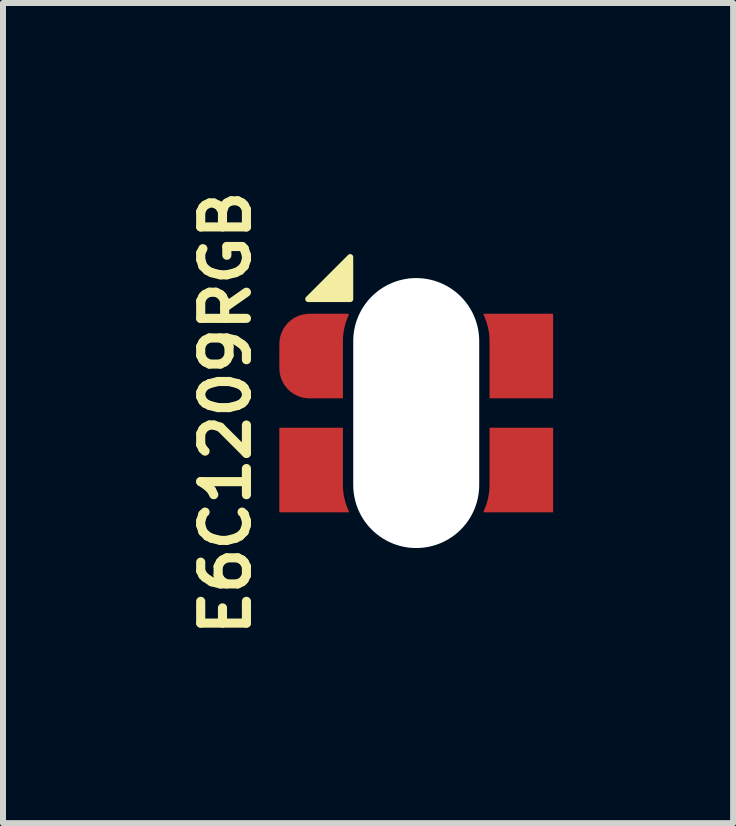
<source format=kicad_pcb>
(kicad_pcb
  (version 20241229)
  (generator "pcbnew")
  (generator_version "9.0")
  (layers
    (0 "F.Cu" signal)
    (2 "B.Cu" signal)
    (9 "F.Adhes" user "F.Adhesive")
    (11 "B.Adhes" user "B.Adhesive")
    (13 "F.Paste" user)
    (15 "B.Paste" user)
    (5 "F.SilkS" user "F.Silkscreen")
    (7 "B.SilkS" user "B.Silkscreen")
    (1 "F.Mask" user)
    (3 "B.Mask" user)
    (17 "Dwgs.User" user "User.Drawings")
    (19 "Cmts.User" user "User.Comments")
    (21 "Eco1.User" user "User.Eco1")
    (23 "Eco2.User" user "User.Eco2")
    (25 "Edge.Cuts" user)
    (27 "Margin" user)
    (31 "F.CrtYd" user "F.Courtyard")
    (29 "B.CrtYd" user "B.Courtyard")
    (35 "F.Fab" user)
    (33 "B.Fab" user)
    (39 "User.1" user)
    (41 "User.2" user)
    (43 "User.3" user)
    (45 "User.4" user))
  (footprint "E6C1209RGB"
    (layer "F.Cu")
    (at 3.888 3.835)
    (property "Reference" "E6C1209RGB" (at -3.175 0 270) (layer "F.SilkS") (effects (font (size 0.762 0.762) (thickness 0.152))))
    (attr through_hole)
    (fp_poly (pts (xy -1.8 -1.9) (xy -1.1 -1.9) (xy -1.1 -2.6)) (stroke (width 0.1) (type solid)) (fill yes) (layer "F.SilkS"))
    (pad "" np_thru_hole oval (at 0 0) (size 2.1 4.5) (drill oval 2.1 4.5) (layers "*.Cu" "*.Mask"))
    (pad "1" smd custom (at -1.778 -1) (size 1 1) (layers "F.Cu" "F.Mask" "F.Paste") (options (anchor circle)) (primitives (gr_poly (pts (xy 0.625 -0.649) (xy 0.628 -0.648) (xy 0.631 -0.648) (xy 0.635 -0.647) (xy 0.638 -0.647) (xy 0.642 -0.646) (xy 0.645 -0.646) (xy 0.647 -0.645) (xy 0.65 -0.645) (xy 0.651 -0.645) (xy 0.652 -0.645) (xy 0.652 -0.645) (xy 0.652 -0.644) (xy 0.651 -0.643) (xy 0.65 -0.641) (xy 0.649 -0.638) (xy 0.648 -0.636) (xy 0.647 -0.633) (xy 0.634 -0.603) (xy 0.621 -0.572) (xy 0.61 -0.541) (xy 0.6 -0.51) (xy 0.59 -0.478) (xy 0.582 -0.447) (xy 0.574 -0.415) (xy 0.568 -0.384) (xy 0.563 -0.352) (xy 0.558 -0.32) (xy 0.555 -0.288) (xy 0.554 -0.278) (xy 0.554 -0.276) (xy 0.554 -0.274) (xy 0.554 -0.272) (xy 0.553 -0.271) (xy 0.553 -0.269) (xy 0.553 -0.268) (xy 0.553 -0.266) (xy 0.553 -0.265) (xy 0.553 -0.263) (xy 0.553 -0.262) (xy 0.553 -0.26) (xy 0.553 -0.259) (xy 0.553 -0.257) (xy 0.552 -0.255) (xy 0.552 -0.253) (xy 0.552 -0.251) (xy 0.552 -0.249) (xy 0.552 -0.246) (xy 0.552 -0.243) (xy 0.552 -0.24) (xy 0.552 -0.237) (xy 0.552 -0.234) (xy 0.552 -0.23) (xy 0.552 -0.226) (xy 0.552 -0.221) (xy 0.552 -0.216) (xy 0.552 -0.211) (xy 0.552 -0.206) (xy 0.552 -0.2) (xy 0.552 -0.193) (xy 0.551 -0.186) (xy 0.551 -0.179) (xy 0.551 -0.171) (xy 0.551 -0.163) (xy 0.551 -0.154) (xy 0.551 -0.144) (xy 0.551 -0.134) (xy 0.551 -0.124) (xy 0.551 -0.113) (xy 0.551 -0.101) (xy 0.551 -0.088) (xy 0.551 -0.075) (xy 0.551 -0.061) (xy 0.551 -0.047) (xy 0.551 -0.031) (xy 0.551 -0.015) (xy 0.551 0.001) (xy 0.551 0.019) (xy 0.551 0.037) (xy 0.551 0.057) (xy 0.551 0.077) (xy 0.551 0.098) (xy 0.551 0.12) (xy 0.551 0.142) (xy 0.551 0.166) (xy 0.551 0.191) (xy 0.551 0.216) (xy 0.551 0.243) (xy 0.551 0.257) (xy 0.551 0.75) (xy 0.27 0.75) (xy 0.253 0.75) (xy 0.236 0.75) (xy 0.22 0.75) (xy 0.204 0.75) (xy 0.188 0.75) (xy 0.173 0.75) (xy 0.158 0.75) (xy 0.143 0.75) (xy 0.129 0.75) (xy 0.115 0.75) (xy 0.102 0.75) (xy 0.09 0.75) (xy 0.078 0.75) (xy 0.066 0.75) (xy 0.055 0.75) (xy 0.045 0.75) (xy 0.036 0.75) (xy 0.027 0.75) (xy 0.019 0.75) (xy 0.012 0.75) (xy 0.005 0.75) (xy -0.000392 0.75) (xy -0.005 0.75) (xy -0.009 0.75) (xy -0.012 0.75) (xy -0.014 0.75) (xy -0.015 0.75) (xy -0.015 0.75) (xy -0.038 0.748) (xy -0.06 0.746) (xy -0.082 0.743) (xy -0.104 0.739) (xy -0.126 0.734) (xy -0.147 0.728) (xy -0.168 0.721) (xy -0.189 0.713) (xy -0.21 0.704) (xy -0.229 0.694) (xy -0.249 0.683) (xy -0.268 0.672) (xy -0.287 0.659) (xy -0.305 0.646) (xy -0.31 0.642) (xy -0.326 0.629) (xy -0.342 0.615) (xy -0.357 0.6) (xy -0.371 0.585) (xy -0.381 0.573) (xy -0.395 0.556) (xy -0.408 0.538) (xy -0.421 0.52) (xy -0.432 0.501) (xy -0.443 0.481) (xy -0.453 0.461) (xy -0.461 0.441) (xy -0.469 0.421) (xy -0.476 0.4) (xy -0.48 0.388) (xy -0.484 0.373) (xy -0.487 0.358) (xy -0.49 0.343) (xy -0.493 0.328) (xy -0.495 0.312) (xy -0.497 0.296) (xy -0.498 0.282) (xy -0.498 0.281) (xy -0.498 0.278) (xy -0.498 0.275) (xy -0.498 0.271) (xy -0.498 0.266) (xy -0.498 0.26) (xy -0.498 0.254) (xy -0.498 0.246) (xy -0.499 0.238) (xy -0.499 0.23) (xy -0.499 0.221) (xy -0.499 0.211) (xy -0.499 0.201) (xy -0.499 0.19) (xy -0.499 0.178) (xy -0.499 0.167) (xy -0.499 0.155) (xy -0.499 0.142) (xy -0.499 0.13) (xy -0.499 0.117) (xy -0.499 0.104) (xy -0.499 0.09) (xy -0.499 0.077) (xy -0.499 0.064) (xy -0.499 0.05) (xy -0.499 0.037) (xy -0.499 0.023) (xy -0.499 0.01) (xy -0.499 -0.003) (xy -0.499 -0.016) (xy -0.499 -0.029) (xy -0.499 -0.042) (xy -0.499 -0.054) (xy -0.499 -0.066) (xy -0.499 -0.078) (xy -0.499 -0.089) (xy -0.499 -0.1) (xy -0.499 -0.11) (xy -0.499 -0.12) (xy -0.499 -0.129) (xy -0.499 -0.138) (xy -0.498 -0.146) (xy -0.498 -0.153) (xy -0.498 -0.16) (xy -0.498 -0.166) (xy -0.498 -0.171) (xy -0.498 -0.175) (xy -0.498 -0.178) (xy -0.498 -0.18) (xy -0.498 -0.181) (xy -0.496 -0.204) (xy -0.493 -0.225) (xy -0.49 -0.246) (xy -0.485 -0.267) (xy -0.48 -0.287) (xy -0.474 -0.307) (xy -0.467 -0.326) (xy -0.459 -0.346) (xy -0.45 -0.365) (xy -0.448 -0.371) (xy -0.439 -0.388) (xy -0.43 -0.404) (xy -0.421 -0.419) (xy -0.411 -0.434) (xy -0.4 -0.449) (xy -0.389 -0.463) (xy -0.378 -0.477) (xy -0.365 -0.49) (xy -0.352 -0.504) (xy -0.339 -0.517) (xy -0.325 -0.529) (xy -0.312 -0.54) (xy -0.294 -0.554) (xy -0.276 -0.567) (xy -0.257 -0.579) (xy -0.237 -0.59) (xy -0.217 -0.6) (xy -0.197 -0.609) (xy -0.176 -0.618) (xy -0.155 -0.625) (xy -0.134 -0.631) (xy -0.112 -0.637) (xy -0.09 -0.641) (xy -0.068 -0.645) (xy -0.046 -0.648) (xy -0.044 -0.648) (xy -0.043 -0.648) (xy -0.041 -0.648) (xy -0.04 -0.648) (xy -0.039 -0.648) (xy -0.037 -0.648) (xy -0.036 -0.648) (xy -0.034 -0.649) (xy -0.033 -0.649) (xy -0.031 -0.649) (xy -0.029 -0.649) (xy -0.027 -0.649) (xy -0.025 -0.649) (xy -0.022 -0.649) (xy -0.02 -0.649) (xy -0.017 -0.649) (xy -0.013 -0.649) (xy -0.01 -0.649) (xy -0.006 -0.649) (xy -0.001 -0.649) (xy 0.004 -0.649) (xy 0.009 -0.649) (xy 0.014 -0.649) (xy 0.021 -0.65) (xy 0.027 -0.65) (xy 0.034 -0.65) (xy 0.042 -0.65) (xy 0.05 -0.65) (xy 0.059 -0.65) (xy 0.069 -0.65) (xy 0.079 -0.65) (xy 0.09 -0.65) (xy 0.101 -0.65) (xy 0.113 -0.65) (xy 0.126 -0.65) (xy 0.14 -0.65) (xy 0.155 -0.65) (xy 0.17 -0.65) (xy 0.186 -0.65) (xy 0.203 -0.65) (xy 0.221 -0.65) (xy 0.24 -0.65) (xy 0.616 -0.65) (xy 0.625 -0.649)) (width 0.01) (fill yes))))
    (pad "2" smd custom (at 1.778 -1) (size 1 1) (layers "F.Cu" "F.Mask" "F.Paste") (options (anchor circle)) (primitives (gr_poly (pts (xy 0.499 0.75) (xy -0.551 0.75) (xy -0.551 0.257) (xy -0.551 0.229) (xy -0.551 0.201) (xy -0.551 0.175) (xy -0.551 0.149) (xy -0.551 0.125) (xy -0.551 0.101) (xy -0.551 0.078) (xy -0.551 0.056) (xy -0.551 0.035) (xy -0.551 0.015) (xy -0.551 -0.004) (xy -0.551 -0.022) (xy -0.551 -0.04) (xy -0.551 -0.056) (xy -0.551 -0.072) (xy -0.551 -0.087) (xy -0.551 -0.102) (xy -0.551 -0.115) (xy -0.551 -0.128) (xy -0.551 -0.14) (xy -0.551 -0.151) (xy -0.551 -0.162) (xy -0.551 -0.171) (xy -0.552 -0.181) (xy -0.552 -0.189) (xy -0.552 -0.197) (xy -0.552 -0.204) (xy -0.552 -0.211) (xy -0.552 -0.217) (xy -0.552 -0.222) (xy -0.552 -0.227) (xy -0.552 -0.231) (xy -0.552 -0.235) (xy -0.552 -0.238) (xy -0.552 -0.24) (xy -0.552 -0.242) (xy -0.552 -0.244) (xy -0.552 -0.245) (xy -0.552 -0.245) (xy -0.552 -0.249) (xy -0.552 -0.253) (xy -0.553 -0.257) (xy -0.553 -0.262) (xy -0.553 -0.267) (xy -0.554 -0.27) (xy -0.556 -0.302) (xy -0.56 -0.334) (xy -0.565 -0.365) (xy -0.571 -0.397) (xy -0.577 -0.428) (xy -0.585 -0.459) (xy -0.594 -0.49) (xy -0.604 -0.522) (xy -0.615 -0.552) (xy -0.626 -0.583) (xy -0.639 -0.614) (xy -0.647 -0.632) (xy -0.648 -0.635) (xy -0.65 -0.638) (xy -0.651 -0.641) (xy -0.652 -0.643) (xy -0.653 -0.645) (xy -0.654 -0.646) (xy -0.654 -0.648) (xy -0.655 -0.649) (xy -0.655 -0.649) (xy -0.655 -0.649) (xy -0.653 -0.649) (xy -0.651 -0.65) (xy -0.648 -0.65) (xy -0.644 -0.65) (xy -0.639 -0.65) (xy -0.634 -0.65) (xy -0.627 -0.65) (xy -0.619 -0.65) (xy -0.611 -0.65) (xy -0.602 -0.65) (xy -0.591 -0.65) (xy -0.58 -0.65) (xy -0.568 -0.65) (xy -0.555 -0.65) (xy -0.541 -0.65) (xy -0.526 -0.65) (xy -0.51 -0.65) (xy -0.494 -0.65) (xy -0.476 -0.65) (xy -0.457 -0.65) (xy -0.438 -0.65) (xy -0.417 -0.65) (xy -0.395 -0.65) (xy -0.373 -0.65) (xy -0.349 -0.65) (xy -0.325 -0.65) (xy -0.3 -0.65) (xy -0.273 -0.65) (xy -0.246 -0.65) (xy -0.217 -0.65) (xy -0.188 -0.65) (xy -0.157 -0.65) (xy -0.126 -0.65) (xy 0.499 -0.65) (xy 0.499 0.75)) (width 0.01) (fill yes))))
    (pad "3" smd custom (at -1.778 1) (size 1 1) (layers "F.Cu" "F.Mask" "F.Paste") (options (anchor circle)) (primitives (gr_poly (pts (xy 0.551 -0.257) (xy 0.551 -0.228) (xy 0.551 -0.2) (xy 0.551 -0.173) (xy 0.551 -0.147) (xy 0.551 -0.122) (xy 0.551 -0.098) (xy 0.551 -0.074) (xy 0.551 -0.052) (xy 0.551 -0.031) (xy 0.551 -0.01) (xy 0.551 0.009) (xy 0.551 0.028) (xy 0.551 0.046) (xy 0.551 0.062) (xy 0.551 0.079) (xy 0.551 0.094) (xy 0.551 0.108) (xy 0.551 0.122) (xy 0.551 0.135) (xy 0.551 0.147) (xy 0.551 0.158) (xy 0.551 0.169) (xy 0.552 0.179) (xy 0.552 0.188) (xy 0.552 0.196) (xy 0.552 0.204) (xy 0.552 0.211) (xy 0.552 0.217) (xy 0.552 0.223) (xy 0.552 0.228) (xy 0.552 0.232) (xy 0.552 0.236) (xy 0.552 0.239) (xy 0.552 0.241) (xy 0.552 0.243) (xy 0.552 0.245) (xy 0.552 0.245) (xy 0.552 0.249) (xy 0.552 0.254) (xy 0.553 0.258) (xy 0.553 0.262) (xy 0.553 0.263) (xy 0.555 0.294) (xy 0.559 0.325) (xy 0.563 0.356) (xy 0.569 0.387) (xy 0.575 0.418) (xy 0.583 0.449) (xy 0.591 0.48) (xy 0.6 0.511) (xy 0.61 0.541) (xy 0.621 0.571) (xy 0.633 0.601) (xy 0.646 0.631) (xy 0.651 0.641) (xy 0.653 0.644) (xy 0.654 0.646) (xy 0.654 0.648) (xy 0.655 0.649) (xy 0.655 0.65) (xy 0.655 0.65) (xy 0.653 0.65) (xy 0.651 0.65) (xy 0.647 0.65) (xy 0.643 0.65) (xy 0.638 0.65) (xy 0.631 0.65) (xy 0.624 0.65) (xy 0.616 0.65) (xy 0.608 0.65) (xy 0.598 0.65) (xy 0.588 0.65) (xy 0.577 0.65) (xy 0.565 0.65) (xy 0.552 0.65) (xy 0.539 0.65) (xy 0.525 0.65) (xy 0.51 0.65) (xy 0.495 0.65) (xy 0.479 0.65) (xy 0.462 0.65) (xy 0.445 0.65) (xy 0.427 0.65) (xy 0.409 0.65) (xy 0.39 0.65) (xy 0.371 0.65) (xy 0.351 0.65) (xy 0.331 0.65) (xy 0.31 0.65) (xy 0.289 0.65) (xy 0.267 0.65) (xy 0.245 0.65) (xy 0.223 0.65) (xy 0.2 0.65) (xy 0.177 0.65) (xy 0.154 0.65) (xy 0.13 0.65) (xy 0.106 0.65) (xy 0.082 0.65) (xy 0.078 0.65) (xy -0.499 0.65) (xy -0.499 -0.75) (xy 0.551 -0.75) (xy 0.551 -0.257)) (width 0.01) (fill yes))))
    (pad "4" smd custom (at 1.778 1) (size 1 1) (layers "F.Cu" "F.Mask" "F.Paste") (options (anchor circle)) (primitives (gr_poly (pts (xy 0.499 0.65) (xy -0.078 0.65) (xy -0.102 0.65) (xy -0.126 0.65) (xy -0.15 0.65) (xy -0.173 0.65) (xy -0.196 0.65) (xy -0.219 0.65) (xy -0.242 0.65) (xy -0.264 0.65) (xy -0.285 0.65) (xy -0.307 0.65) (xy -0.327 0.65) (xy -0.348 0.65) (xy -0.368 0.65) (xy -0.387 0.65) (xy -0.406 0.65) (xy -0.424 0.65) (xy -0.442 0.65) (xy -0.46 0.65) (xy -0.476 0.65) (xy -0.492 0.65) (xy -0.508 0.65) (xy -0.523 0.65) (xy -0.537 0.65) (xy -0.55 0.65) (xy -0.563 0.65) (xy -0.575 0.65) (xy -0.586 0.65) (xy -0.597 0.65) (xy -0.606 0.65) (xy -0.615 0.65) (xy -0.623 0.65) (xy -0.63 0.65) (xy -0.637 0.65) (xy -0.642 0.65) (xy -0.647 0.65) (xy -0.65 0.65) (xy -0.653 0.65) (xy -0.654 0.65) (xy -0.655 0.65) (xy -0.655 0.65) (xy -0.655 0.649) (xy -0.654 0.648) (xy -0.654 0.646) (xy -0.652 0.644) (xy -0.652 0.642) (xy -0.639 0.613) (xy -0.626 0.583) (xy -0.615 0.554) (xy -0.604 0.524) (xy -0.595 0.493) (xy -0.586 0.463) (xy -0.578 0.433) (xy -0.572 0.402) (xy -0.566 0.372) (xy -0.565 0.366) (xy -0.563 0.355) (xy -0.562 0.345) (xy -0.56 0.334) (xy -0.559 0.324) (xy -0.558 0.314) (xy -0.556 0.304) (xy -0.555 0.293) (xy -0.554 0.282) (xy -0.554 0.27) (xy -0.553 0.257) (xy -0.552 0.245) (xy -0.552 0.244) (xy -0.552 0.243) (xy -0.552 0.241) (xy -0.552 0.239) (xy -0.552 0.236) (xy -0.552 0.232) (xy -0.552 0.228) (xy -0.552 0.224) (xy -0.552 0.219) (xy -0.552 0.213) (xy -0.552 0.206) (xy -0.552 0.199) (xy -0.552 0.192) (xy -0.552 0.183) (xy -0.551 0.174) (xy -0.551 0.164) (xy -0.551 0.154) (xy -0.551 0.143) (xy -0.551 0.131) (xy -0.551 0.118) (xy -0.551 0.105) (xy -0.551 0.091) (xy -0.551 0.076) (xy -0.551 0.06) (xy -0.551 0.043) (xy -0.551 0.026) (xy -0.551 0.008) (xy -0.551 -0.011) (xy -0.551 -0.031) (xy -0.551 -0.052) (xy -0.551 -0.074) (xy -0.551 -0.097) (xy -0.551 -0.121) (xy -0.551 -0.145) (xy -0.551 -0.171) (xy -0.551 -0.197) (xy -0.551 -0.225) (xy -0.551 -0.253) (xy -0.551 -0.257) (xy -0.551 -0.75) (xy 0.499 -0.75) (xy 0.499 0.65)) (width 0.01) (fill yes)))))
  (gr_rect
    (start -3 -3)
    (end 9.17 10.671)
    (stroke (width 0.1) (type default))
    (fill no)
    (layer "Edge.Cuts")))
</source>
